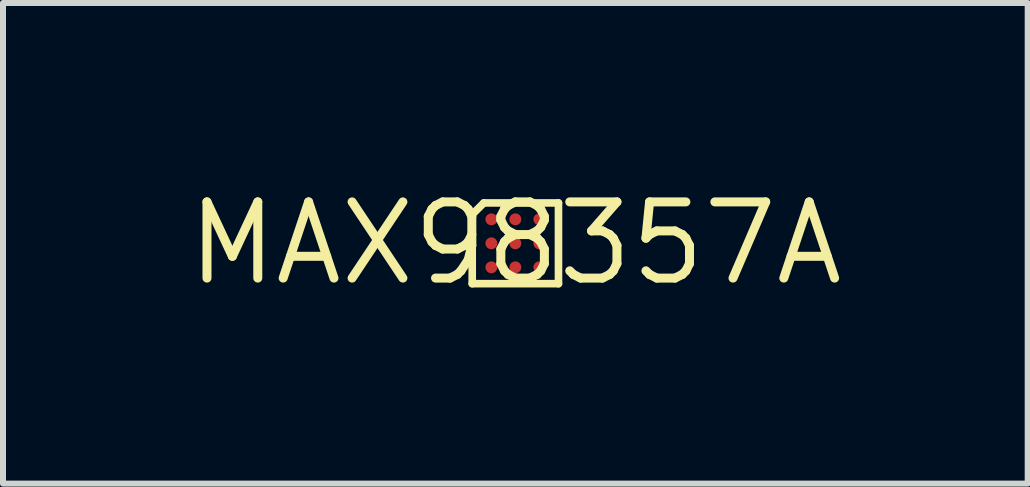
<source format=kicad_pcb>
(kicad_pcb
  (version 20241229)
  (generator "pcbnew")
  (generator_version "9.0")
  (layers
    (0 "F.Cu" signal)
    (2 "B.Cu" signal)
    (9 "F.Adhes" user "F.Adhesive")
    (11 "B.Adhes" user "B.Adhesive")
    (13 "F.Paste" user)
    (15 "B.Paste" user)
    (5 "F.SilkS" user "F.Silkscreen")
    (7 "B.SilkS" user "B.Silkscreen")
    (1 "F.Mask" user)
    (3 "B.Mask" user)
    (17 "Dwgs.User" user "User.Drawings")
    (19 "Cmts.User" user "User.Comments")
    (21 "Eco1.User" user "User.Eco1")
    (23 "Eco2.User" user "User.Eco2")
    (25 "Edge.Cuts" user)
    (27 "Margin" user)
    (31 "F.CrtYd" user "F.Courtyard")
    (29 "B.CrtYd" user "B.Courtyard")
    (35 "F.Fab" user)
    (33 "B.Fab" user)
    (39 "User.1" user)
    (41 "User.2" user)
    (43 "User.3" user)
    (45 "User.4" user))
  (footprint "MAX98357A"
    (layer "F.Cu")
    (at 5.541 1.006)
    (property "Reference" "MAX98357A" (at 0 0 0) (layer "F.SilkS") (effects (font (size 1.27 1.27) (thickness 0.15))))
    (fp_line (start -0.719 -0.481) (end -0.719 0.673) (stroke (width 0.127) (type solid)) (layer "F.SilkS"))
    (fp_line (start -0.719 0.673) (end 0.719 0.673) (stroke (width 0.127) (type solid)) (layer "F.SilkS"))
    (fp_line (start -0.526 -0.673) (end -0.719 -0.481) (stroke (width 0.127) (type solid)) (layer "F.SilkS"))
    (fp_line (start 0.719 -0.673) (end -0.526 -0.673) (stroke (width 0.127) (type solid)) (layer "F.SilkS"))
    (fp_line (start 0.719 -0.673) (end 0.719 0.673) (stroke (width 0.127) (type solid)) (layer "F.SilkS"))
    (fp_circle (center -0.4 -0.4) (end -0.3 -0.4) (stroke (width 0.03) (type solid)) (fill no) (layer "F.Paste"))
    (fp_circle (center -0.4 0) (end -0.3 0) (stroke (width 0.03) (type solid)) (fill no) (layer "F.Paste"))
    (fp_circle (center -0.4 0.4) (end -0.3 0.4) (stroke (width 0.03) (type solid)) (fill no) (layer "F.Paste"))
    (fp_circle (center 0 -0.4) (end 0.1 -0.4) (stroke (width 0.03) (type solid)) (fill no) (layer "F.Paste"))
    (fp_circle (center 0 0) (end 0.1 0) (stroke (width 0.03) (type solid)) (fill no) (layer "F.Paste"))
    (fp_circle (center 0 0.4) (end 0.1 0.4) (stroke (width 0.03) (type solid)) (fill no) (layer "F.Paste"))
    (fp_circle (center 0.4 -0.4) (end 0.5 -0.4) (stroke (width 0.03) (type solid)) (fill no) (layer "F.Paste"))
    (fp_circle (center 0.4 0) (end 0.5 0) (stroke (width 0.03) (type solid)) (fill no) (layer "F.Paste"))
    (fp_circle (center 0.4 0.4) (end 0.5 0.4) (stroke (width 0.03) (type solid)) (fill no) (layer "F.Paste"))
    (pad "A1" smd roundrect (at -0.4 -0.4) (size 0.2 0.2) (layers "F.Cu" "F.Mask" "F.Paste") (roundrect_rratio 0.5))
    (pad "A2" smd roundrect (at 0 -0.4) (size 0.2 0.2) (layers "F.Cu" "F.Mask" "F.Paste") (roundrect_rratio 0.5))
    (pad "A3" smd roundrect (at 0.4 -0.4) (size 0.2 0.2) (layers "F.Cu" "F.Mask" "F.Paste") (roundrect_rratio 0.5))
    (pad "B1" smd roundrect (at -0.4 0) (size 0.2 0.2) (layers "F.Cu" "F.Mask" "F.Paste") (roundrect_rratio 0.5))
    (pad "B2" smd roundrect (at 0 0) (size 0.2 0.2) (layers "F.Cu" "F.Mask" "F.Paste") (roundrect_rratio 0.5))
    (pad "B3" smd roundrect (at 0.4 0) (size 0.2 0.2) (layers "F.Cu" "F.Mask" "F.Paste") (roundrect_rratio 0.5))
    (pad "C1" smd roundrect (at -0.4 0.4) (size 0.2 0.2) (layers "F.Cu" "F.Mask" "F.Paste") (roundrect_rratio 0.5))
    (pad "C2" smd roundrect (at 0 0.4) (size 0.2 0.2) (layers "F.Cu" "F.Mask" "F.Paste") (roundrect_rratio 0.5))
    (pad "C3" smd roundrect (at 0.4 0.4) (size 0.2 0.2) (layers "F.Cu" "F.Mask" "F.Paste") (roundrect_rratio 0.5)))
  (gr_rect
    (start -3 -3)
    (end 14.082 5.012)
    (stroke (width 0.1) (type default))
    (fill no)
    (layer "Edge.Cuts")))
</source>
